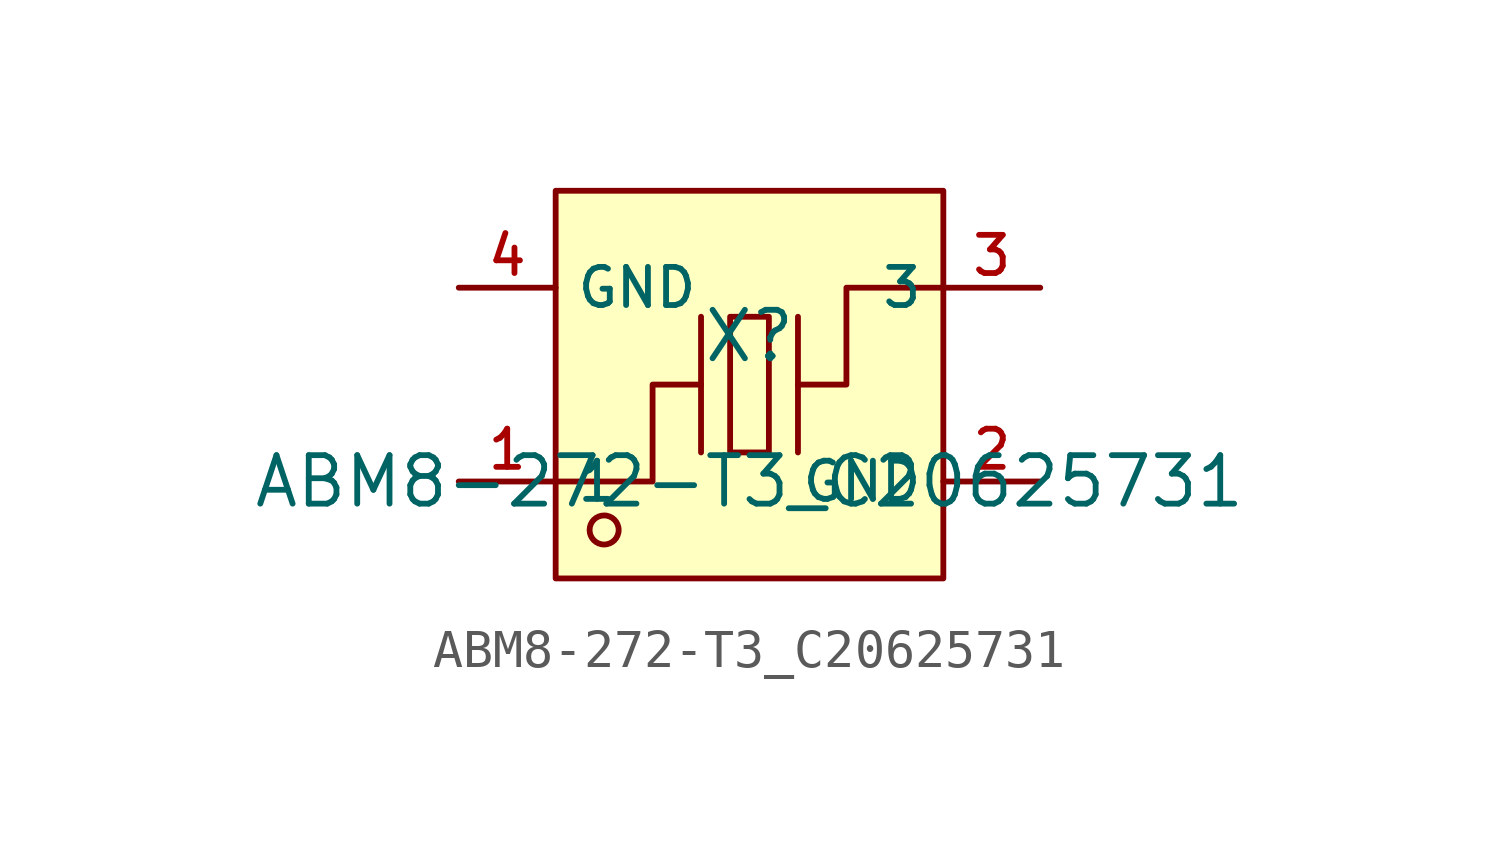
<source format=kicad_sym>
(kicad_symbol_lib
  (version 20210201)
  (generator TousstNicolas/JLC2KiCad_lib)
  (symbol "ABM8-272-T3_C20625731"
    (property "Reference" "X"
      (at 0 1.27 0)
      (effects (font (size 1.27 1.27))))
    (property "Value" "ABM8-272-T3_C20625731"
      (at 0 -2.54 0)
      (effects (font (size 1.27 1.27))))
    (symbol "ABM8-272-T3_C20625731_0_1"
      (pin input line (at -7.62 -2.54 0) (length 2.54) (name "1" (effects (font (size 1 1)))) (number "1" (effects (font (size 1 1)))))
      (pin input line (at 7.62 2.54 180) (length 2.54) (name "3" (effects (font (size 1 1)))) (number "3" (effects (font (size 1 1)))))
      (pin input line (at -7.62 2.54 0) (length 2.54) (name "GND" (effects (font (size 1 1)))) (number "4" (effects (font (size 1 1)))))
      (pin input line (at 7.62 -2.54 180) (length 2.54) (name "GND" (effects (font (size 1 1)))) (number "2" (effects (font (size 1 1)))))
      (rectangle (start -5.08 5.08) (end 5.08 -5.08) (stroke (width 0) (type default) (color 0 0 0 0)) (fill (type background)))
      (circle (center -3.81 -3.81) (radius 0.381) (stroke (width 0) (type default) (color 0 0 0 0)) (fill (type background)))
      (polyline (pts (xy -1.27 -1.778) (xy -1.27 1.778)) (stroke (width 0) (type default) (color 0 0 0 0)) (fill (type none)))
      (polyline (pts (xy 1.27 -1.778) (xy 1.27 1.778)) (stroke (width 0) (type default) (color 0 0 0 0)) (fill (type none)))
      (polyline (pts (xy -5.08 -2.54) (xy -2.54 -2.54) (xy -2.54 -0.0) (xy -1.27 -0.0)) (stroke (width 0) (type default) (color 0 0 0 0)) (fill (type none)))
      (polyline (pts (xy 5.08 2.54) (xy 2.54 2.54) (xy 2.54 -0.0) (xy 1.27 -0.0)) (stroke (width 0) (type default) (color 0 0 0 0)) (fill (type none)))
      (rectangle (start -0.508 1.778) (end 0.508 -1.778) (stroke (width 0) (type default) (color 0 0 0 0)) (fill (type background))))))
</source>
